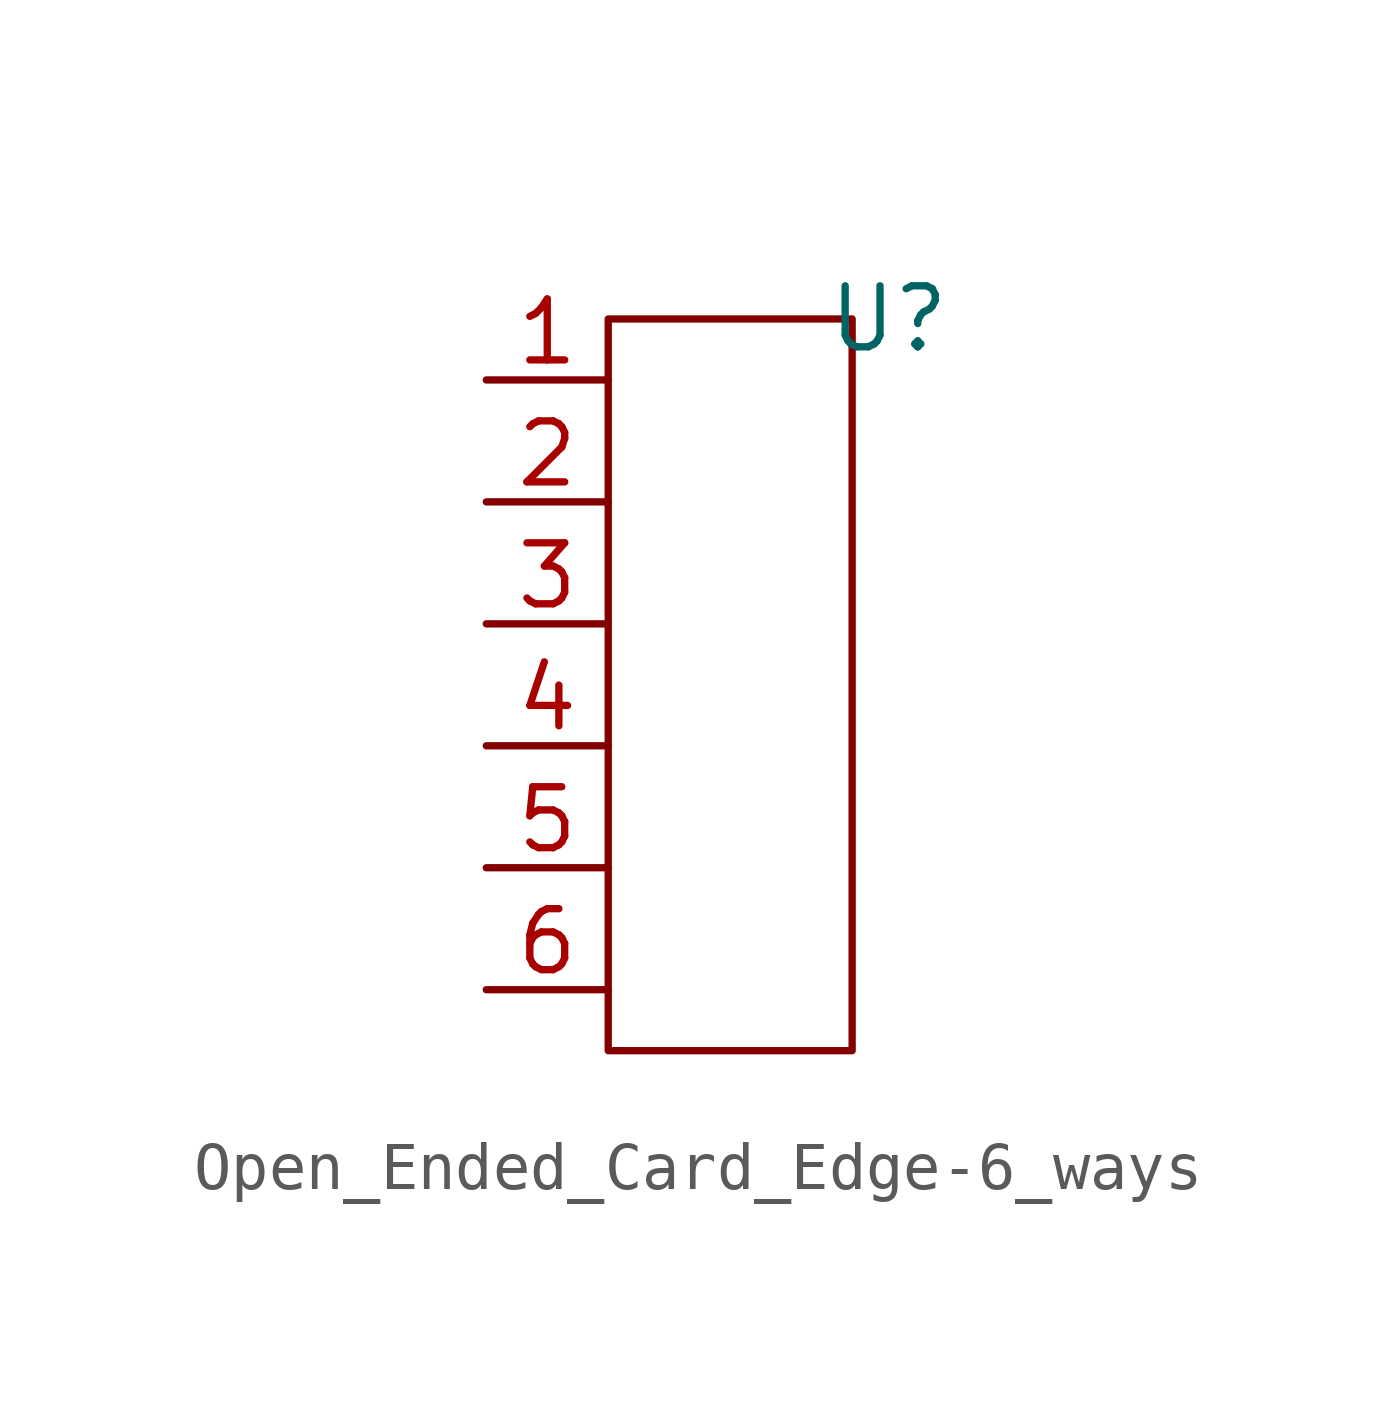
<source format=kicad_sym>
(kicad_symbol_lib
  (version 20231120)
  (generator "kicad_symbol_editor")
  (generator_version "8.0")
  (symbol "Open_Ended_Card_Edge-6_ways"
    (property "Reference" "U"
      (at 3.302 7.62 0)
      (effects (font (size 1.27 1.27))))
    (property "Value" ""
      (at -1.27 2.54 0)
      (effects (font (size 1.27 1.27))))
    (symbol "Open_Ended_Card_Edge-6_ways_0_1"
      (rectangle (start -2.54 7.62) (end 2.54 -7.62) (stroke (width 0) (type default)) (fill (type none))))
    (symbol "Open_Ended_Card_Edge-6_ways_1_0"
      (pin passive line (at -5.08 3.81 0) (length 2.54) (name "" (effects (font (size 1.27 1.27)))) (number "2" (effects (font (size 1.27 1.27)))))
      (pin passive line (at -5.08 1.27 0) (length 2.54) (name "" (effects (font (size 1.27 1.27)))) (number "3" (effects (font (size 1.27 1.27)))))
      (pin passive line (at -5.08 -1.27 0) (length 2.54) (name "" (effects (font (size 1.27 1.27)))) (number "4" (effects (font (size 1.27 1.27)))))
      (pin passive line (at -5.08 -3.81 0) (length 2.54) (name "" (effects (font (size 1.27 1.27)))) (number "5" (effects (font (size 1.27 1.27)))))
      (pin passive line (at -5.08 -6.35 0) (length 2.54) (name "" (effects (font (size 1.27 1.27)))) (number "6" (effects (font (size 1.27 1.27))))))
    (symbol "Open_Ended_Card_Edge-6_ways_1_1"
      (pin passive line (at -5.08 6.35 0) (length 2.54) (name "" (effects (font (size 1.27 1.27)))) (number "1" (effects (font (size 1.27 1.27))))))))
</source>
